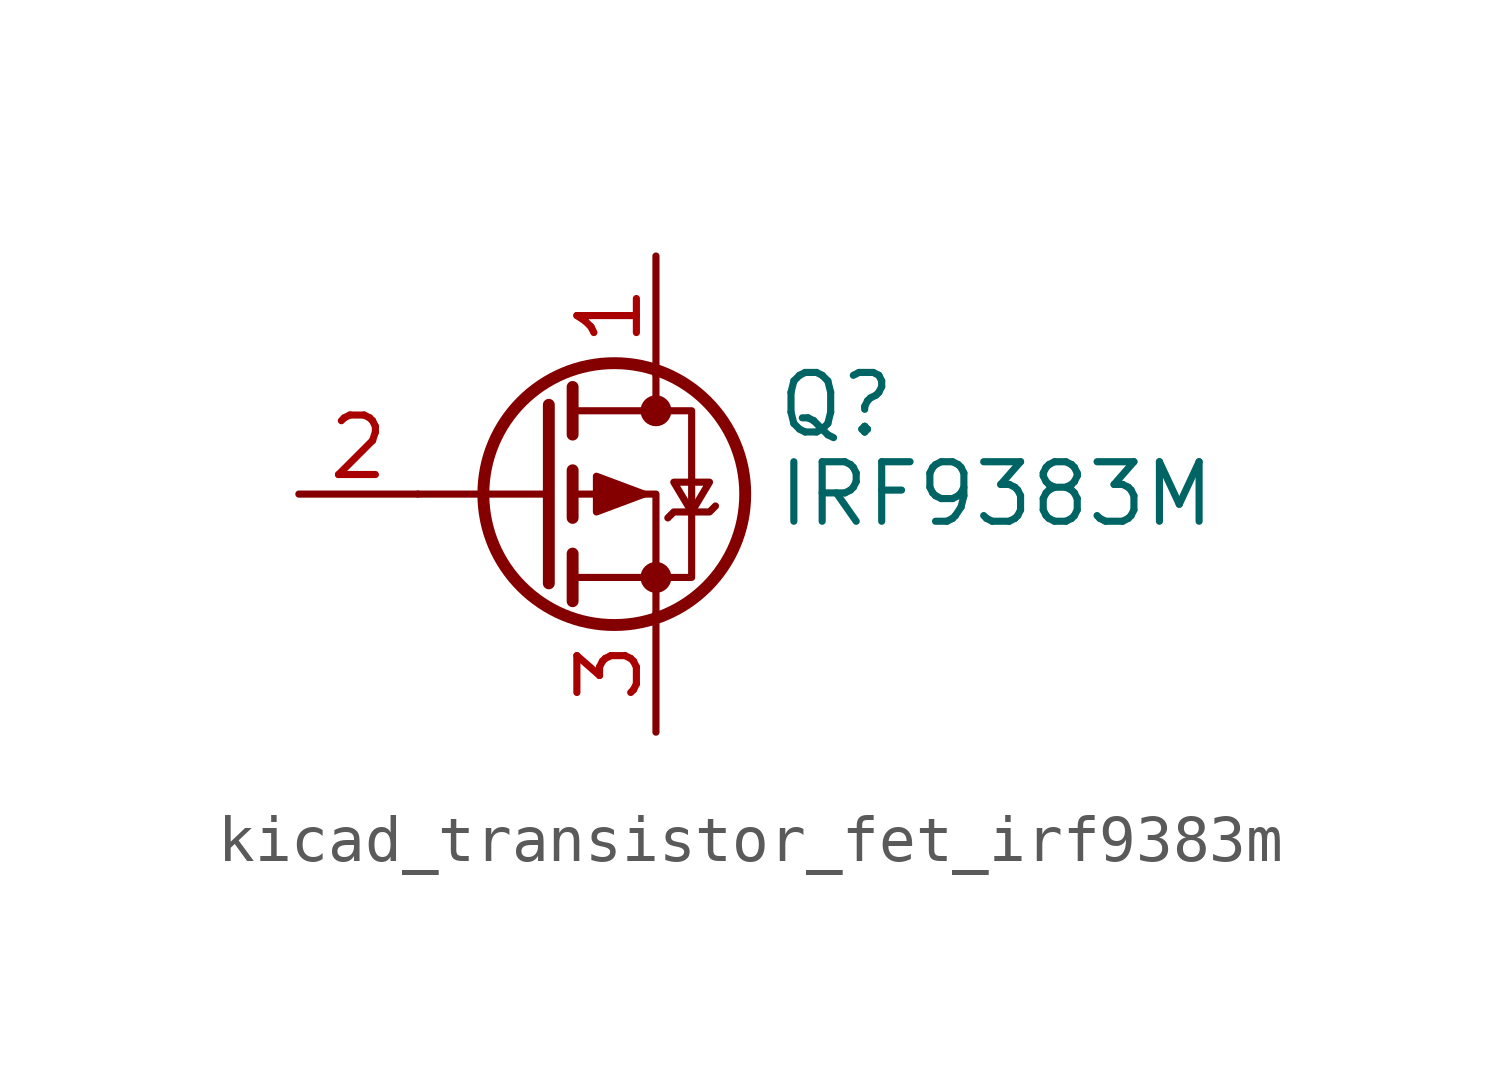
<source format=kicad_sym>
(kicad_symbol_lib
  (version 20220914)
  (generator kicad_symbol_editor)
  (symbol "kicad_transistor_fet_irf9383m"
    (pin_names hide)
    (property "Reference" "Q"
      (at 5.08 1.905 0)
      (effects (font (size 1.27 1.27)) (justify left)))
    (property "Value" "IRF9383M"
      (at 5.08 0 0)
      (effects (font (size 1.27 1.27)) (justify left)))
    (symbol "kicad_transistor_fet_irf9383m_0_1"
      (polyline (pts (xy 0.254 0) (xy -2.54 0)) (stroke (width 0) (type default)) (fill (type none)))
      (polyline (pts (xy 0.254 1.905) (xy 0.254 -1.905)) (stroke (width 0.254) (type default)) (fill (type none)))
      (polyline (pts (xy 0.762 -1.27) (xy 0.762 -2.286)) (stroke (width 0.254) (type default)) (fill (type none)))
      (polyline (pts (xy 0.762 0.508) (xy 0.762 -0.508)) (stroke (width 0.254) (type default)) (fill (type none)))
      (polyline (pts (xy 0.762 2.286) (xy 0.762 1.27)) (stroke (width 0.254) (type default)) (fill (type none)))
      (polyline (pts (xy 2.54 2.54) (xy 2.54 1.778)) (stroke (width 0) (type default)) (fill (type none)))
      (polyline (pts (xy 2.54 -2.54) (xy 2.54 0) (xy 0.762 0)) (stroke (width 0) (type default)) (fill (type none)))
      (polyline (pts (xy 0.762 1.778) (xy 3.302 1.778) (xy 3.302 -1.778) (xy 0.762 -1.778)) (stroke (width 0) (type default)) (fill (type none)))
      (polyline (pts (xy 2.286 0) (xy 1.27 0.381) (xy 1.27 -0.381) (xy 2.286 0)) (stroke (width 0) (type default)) (fill (type outline)))
      (polyline (pts (xy 2.794 -0.508) (xy 2.921 -0.381) (xy 3.683 -0.381) (xy 3.81 -0.254)) (stroke (width 0) (type default)) (fill (type none)))
      (polyline (pts (xy 3.302 -0.381) (xy 2.921 0.254) (xy 3.683 0.254) (xy 3.302 -0.381)) (stroke (width 0) (type default)) (fill (type none)))
      (circle (center 1.651 0) (radius 2.794) (stroke (width 0.254) (type default)) (fill (type none)))
      (circle (center 2.54 -1.778) (radius 0.254) (stroke (width 0) (type default)) (fill (type outline)))
      (circle (center 2.54 1.778) (radius 0.254) (stroke (width 0) (type default)) (fill (type outline))))
    (symbol "kicad_transistor_fet_irf9383m_1_1"
      (pin passive line (at 2.54 5.08 270) (length 2.54) (name "D" (effects (font (size 1.27 1.27)))) (number "1" (effects (font (size 1.27 1.27)))))
      (pin input line (at -5.08 0 0) (length 2.54) (name "G" (effects (font (size 1.27 1.27)))) (number "2" (effects (font (size 1.27 1.27)))))
      (pin passive line (at 2.54 -5.08 90) (length 2.54) (name "S" (effects (font (size 1.27 1.27)))) (number "3" (effects (font (size 1.27 1.27))))))))
</source>
